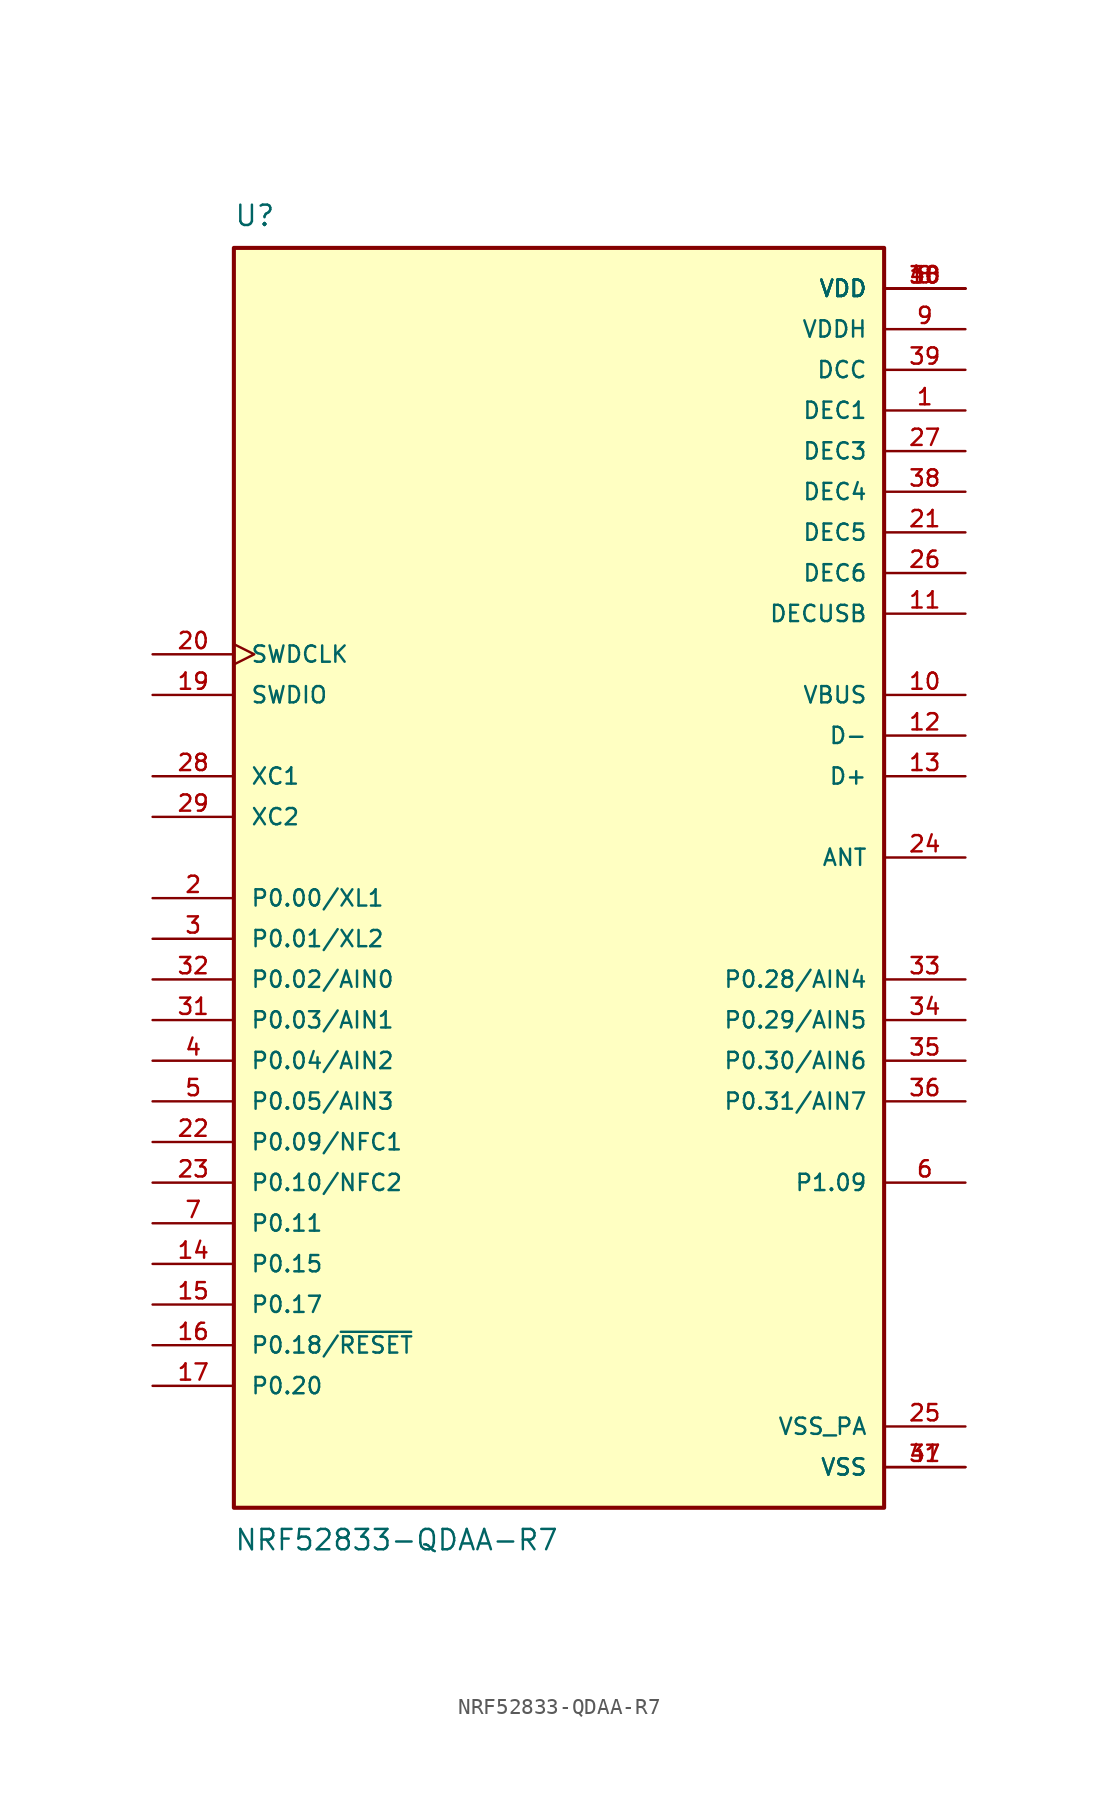
<source format=kicad_sym>
(kicad_symbol_lib
  (version 20220914)
  (generator kicad_symbol_editor)
  (symbol "NRF52833-QDAA-R7"
    (pin_names
      (offset 1.016))
    (property "Reference" "U"
      (at -20.32 39.37 0)
      (effects (font (size 1.27 1.27)) (justify left bottom)))
    (property "Value" "NRF52833-QDAA-R7"
      (at -20.32 -41.91 0)
      (effects (font (size 1.27 1.27)) (justify left top)))
    (symbol "NRF52833-QDAA-R7_0_0"
      (rectangle (start -20.32 38.1) (end 20.32 -40.64) (stroke (width 0.254) (type default)) (fill (type background)))
      (pin power_in line (at 25.4 27.94 180) (length 5.08) (name "DEC1" (effects (font (size 1.016 1.016)))) (number "1" (effects (font (size 1.016 1.016)))))
      (pin power_in line (at 25.4 10.16 180) (length 5.08) (name "VBUS" (effects (font (size 1.016 1.016)))) (number "10" (effects (font (size 1.016 1.016)))))
      (pin power_in line (at 25.4 15.24 180) (length 5.08) (name "DECUSB" (effects (font (size 1.016 1.016)))) (number "11" (effects (font (size 1.016 1.016)))))
      (pin bidirectional line (at 25.4 7.62 180) (length 5.08) (name "D-" (effects (font (size 1.016 1.016)))) (number "12" (effects (font (size 1.016 1.016)))))
      (pin bidirectional line (at 25.4 5.08 180) (length 5.08) (name "D+" (effects (font (size 1.016 1.016)))) (number "13" (effects (font (size 1.016 1.016)))))
      (pin bidirectional line (at -25.4 -25.4 0) (length 5.08) (name "P0.15" (effects (font (size 1.016 1.016)))) (number "14" (effects (font (size 1.016 1.016)))))
      (pin bidirectional line (at -25.4 -27.94 0) (length 5.08) (name "P0.17" (effects (font (size 1.016 1.016)))) (number "15" (effects (font (size 1.016 1.016)))))
      (pin bidirectional line (at -25.4 -30.48 0) (length 5.08) (name "P0.18/~{RESET}" (effects (font (size 1.016 1.016)))) (number "16" (effects (font (size 1.016 1.016)))))
      (pin bidirectional line (at -25.4 -33.02 0) (length 5.08) (name "P0.20" (effects (font (size 1.016 1.016)))) (number "17" (effects (font (size 1.016 1.016)))))
      (pin power_in line (at 25.4 35.56 180) (length 5.08) (name "VDD" (effects (font (size 1.016 1.016)))) (number "18" (effects (font (size 1.016 1.016)))))
      (pin bidirectional line (at -25.4 10.16 0) (length 5.08) (name "SWDIO" (effects (font (size 1.016 1.016)))) (number "19" (effects (font (size 1.016 1.016)))))
      (pin bidirectional line (at -25.4 -2.54 0) (length 5.08) (name "P0.00/XL1" (effects (font (size 1.016 1.016)))) (number "2" (effects (font (size 1.016 1.016)))))
      (pin input clock (at -25.4 12.7 0) (length 5.08) (name "SWDCLK" (effects (font (size 1.016 1.016)))) (number "20" (effects (font (size 1.016 1.016)))))
      (pin power_in line (at 25.4 20.32 180) (length 5.08) (name "DEC5" (effects (font (size 1.016 1.016)))) (number "21" (effects (font (size 1.016 1.016)))))
      (pin bidirectional line (at -25.4 -17.78 0) (length 5.08) (name "P0.09/NFC1" (effects (font (size 1.016 1.016)))) (number "22" (effects (font (size 1.016 1.016)))))
      (pin bidirectional line (at -25.4 -20.32 0) (length 5.08) (name "P0.10/NFC2" (effects (font (size 1.016 1.016)))) (number "23" (effects (font (size 1.016 1.016)))))
      (pin bidirectional line (at 25.4 0 180) (length 5.08) (name "ANT" (effects (font (size 1.016 1.016)))) (number "24" (effects (font (size 1.016 1.016)))))
      (pin power_in line (at 25.4 -35.56 180) (length 5.08) (name "VSS_PA" (effects (font (size 1.016 1.016)))) (number "25" (effects (font (size 1.016 1.016)))))
      (pin power_in line (at 25.4 17.78 180) (length 5.08) (name "DEC6" (effects (font (size 1.016 1.016)))) (number "26" (effects (font (size 1.016 1.016)))))
      (pin power_in line (at 25.4 25.4 180) (length 5.08) (name "DEC3" (effects (font (size 1.016 1.016)))) (number "27" (effects (font (size 1.016 1.016)))))
      (pin input line (at -25.4 5.08 0) (length 5.08) (name "XC1" (effects (font (size 1.016 1.016)))) (number "28" (effects (font (size 1.016 1.016)))))
      (pin input line (at -25.4 2.54 0) (length 5.08) (name "XC2" (effects (font (size 1.016 1.016)))) (number "29" (effects (font (size 1.016 1.016)))))
      (pin bidirectional line (at -25.4 -5.08 0) (length 5.08) (name "P0.01/XL2" (effects (font (size 1.016 1.016)))) (number "3" (effects (font (size 1.016 1.016)))))
      (pin power_in line (at 25.4 35.56 180) (length 5.08) (name "VDD" (effects (font (size 1.016 1.016)))) (number "30" (effects (font (size 1.016 1.016)))))
      (pin bidirectional line (at -25.4 -10.16 0) (length 5.08) (name "P0.03/AIN1" (effects (font (size 1.016 1.016)))) (number "31" (effects (font (size 1.016 1.016)))))
      (pin bidirectional line (at -25.4 -7.62 0) (length 5.08) (name "P0.02/AIN0" (effects (font (size 1.016 1.016)))) (number "32" (effects (font (size 1.016 1.016)))))
      (pin bidirectional line (at 25.4 -7.62 180) (length 5.08) (name "P0.28/AIN4" (effects (font (size 1.016 1.016)))) (number "33" (effects (font (size 1.016 1.016)))))
      (pin bidirectional line (at 25.4 -10.16 180) (length 5.08) (name "P0.29/AIN5" (effects (font (size 1.016 1.016)))) (number "34" (effects (font (size 1.016 1.016)))))
      (pin bidirectional line (at 25.4 -12.7 180) (length 5.08) (name "P0.30/AIN6" (effects (font (size 1.016 1.016)))) (number "35" (effects (font (size 1.016 1.016)))))
      (pin bidirectional line (at 25.4 -15.24 180) (length 5.08) (name "P0.31/AIN7" (effects (font (size 1.016 1.016)))) (number "36" (effects (font (size 1.016 1.016)))))
      (pin power_in line (at 25.4 -38.1 180) (length 5.08) (name "VSS" (effects (font (size 1.016 1.016)))) (number "37" (effects (font (size 1.016 1.016)))))
      (pin power_in line (at 25.4 22.86 180) (length 5.08) (name "DEC4" (effects (font (size 1.016 1.016)))) (number "38" (effects (font (size 1.016 1.016)))))
      (pin power_in line (at 25.4 30.48 180) (length 5.08) (name "DCC" (effects (font (size 1.016 1.016)))) (number "39" (effects (font (size 1.016 1.016)))))
      (pin bidirectional line (at -25.4 -12.7 0) (length 5.08) (name "P0.04/AIN2" (effects (font (size 1.016 1.016)))) (number "4" (effects (font (size 1.016 1.016)))))
      (pin power_in line (at 25.4 35.56 180) (length 5.08) (name "VDD" (effects (font (size 1.016 1.016)))) (number "40" (effects (font (size 1.016 1.016)))))
      (pin power_in line (at 25.4 -38.1 180) (length 5.08) (name "VSS" (effects (font (size 1.016 1.016)))) (number "41" (effects (font (size 1.016 1.016)))))
      (pin bidirectional line (at -25.4 -15.24 0) (length 5.08) (name "P0.05/AIN3" (effects (font (size 1.016 1.016)))) (number "5" (effects (font (size 1.016 1.016)))))
      (pin bidirectional line (at 25.4 -20.32 180) (length 5.08) (name "P1.09" (effects (font (size 1.016 1.016)))) (number "6" (effects (font (size 1.016 1.016)))))
      (pin bidirectional line (at -25.4 -22.86 0) (length 5.08) (name "P0.11" (effects (font (size 1.016 1.016)))) (number "7" (effects (font (size 1.016 1.016)))))
      (pin power_in line (at 25.4 35.56 180) (length 5.08) (name "VDD" (effects (font (size 1.016 1.016)))) (number "8" (effects (font (size 1.016 1.016)))))
      (pin power_in line (at 25.4 33.02 180) (length 5.08) (name "VDDH" (effects (font (size 1.016 1.016)))) (number "9" (effects (font (size 1.016 1.016))))))))
</source>
